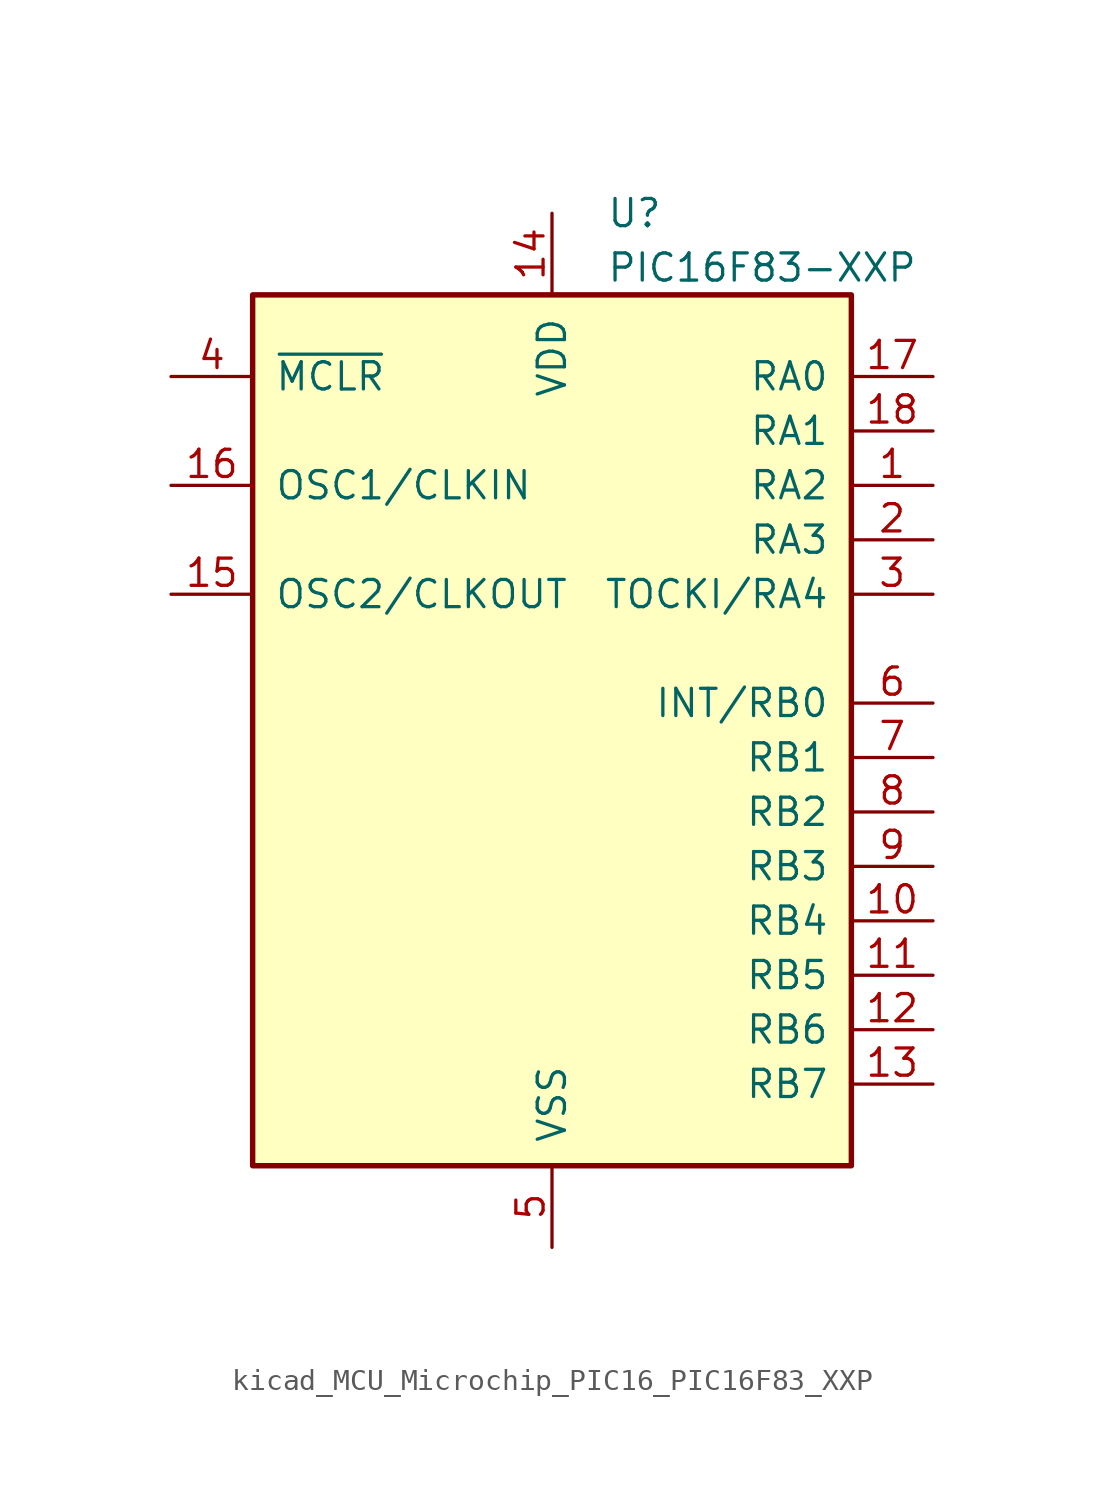
<source format=kicad_sym>
(kicad_symbol_lib
  (version 20220914)
  (generator kicad_symbol_editor)
  (symbol "kicad_MCU_Microchip_PIC16_PIC16F83_XXP"
    (pin_names
      (offset 1.016))
    (property "Reference" "U"
      (at 2.54 22.86 0)
      (effects (font (size 1.27 1.27)) (justify left)))
    (property "Value" "PIC16F83-XXP"
      (at 2.54 20.32 0)
      (effects (font (size 1.27 1.27)) (justify left)))
    (symbol "kicad_MCU_Microchip_PIC16_PIC16F83_XXP_0_1"
      (rectangle (start -13.97 19.05) (end 13.97 -21.59) (stroke (width 0.254) (type default)) (fill (type background))))
    (symbol "kicad_MCU_Microchip_PIC16_PIC16F83_XXP_1_1"
      (pin bidirectional line (at 17.78 10.16 180) (length 3.81) (name "RA2" (effects (font (size 1.27 1.27)))) (number "1" (effects (font (size 1.27 1.27)))))
      (pin bidirectional line (at 17.78 -10.16 180) (length 3.81) (name "RB4" (effects (font (size 1.27 1.27)))) (number "10" (effects (font (size 1.27 1.27)))))
      (pin bidirectional line (at 17.78 -12.7 180) (length 3.81) (name "RB5" (effects (font (size 1.27 1.27)))) (number "11" (effects (font (size 1.27 1.27)))))
      (pin bidirectional line (at 17.78 -15.24 180) (length 3.81) (name "RB6" (effects (font (size 1.27 1.27)))) (number "12" (effects (font (size 1.27 1.27)))))
      (pin bidirectional line (at 17.78 -17.78 180) (length 3.81) (name "RB7" (effects (font (size 1.27 1.27)))) (number "13" (effects (font (size 1.27 1.27)))))
      (pin power_in line (at 0 22.86 270) (length 3.81) (name "VDD" (effects (font (size 1.27 1.27)))) (number "14" (effects (font (size 1.27 1.27)))))
      (pin output line (at -17.78 5.08 0) (length 3.81) (name "OSC2/CLKOUT" (effects (font (size 1.27 1.27)))) (number "15" (effects (font (size 1.27 1.27)))))
      (pin input line (at -17.78 10.16 0) (length 3.81) (name "OSC1/CLKIN" (effects (font (size 1.27 1.27)))) (number "16" (effects (font (size 1.27 1.27)))))
      (pin bidirectional line (at 17.78 15.24 180) (length 3.81) (name "RA0" (effects (font (size 1.27 1.27)))) (number "17" (effects (font (size 1.27 1.27)))))
      (pin bidirectional line (at 17.78 12.7 180) (length 3.81) (name "RA1" (effects (font (size 1.27 1.27)))) (number "18" (effects (font (size 1.27 1.27)))))
      (pin bidirectional line (at 17.78 7.62 180) (length 3.81) (name "RA3" (effects (font (size 1.27 1.27)))) (number "2" (effects (font (size 1.27 1.27)))))
      (pin bidirectional line (at 17.78 5.08 180) (length 3.81) (name "TOCKI/RA4" (effects (font (size 1.27 1.27)))) (number "3" (effects (font (size 1.27 1.27)))))
      (pin input line (at -17.78 15.24 0) (length 3.81) (name "~{MCLR}" (effects (font (size 1.27 1.27)))) (number "4" (effects (font (size 1.27 1.27)))))
      (pin power_in line (at 0 -25.4 90) (length 3.81) (name "VSS" (effects (font (size 1.27 1.27)))) (number "5" (effects (font (size 1.27 1.27)))))
      (pin bidirectional line (at 17.78 0 180) (length 3.81) (name "INT/RB0" (effects (font (size 1.27 1.27)))) (number "6" (effects (font (size 1.27 1.27)))))
      (pin bidirectional line (at 17.78 -2.54 180) (length 3.81) (name "RB1" (effects (font (size 1.27 1.27)))) (number "7" (effects (font (size 1.27 1.27)))))
      (pin bidirectional line (at 17.78 -5.08 180) (length 3.81) (name "RB2" (effects (font (size 1.27 1.27)))) (number "8" (effects (font (size 1.27 1.27)))))
      (pin bidirectional line (at 17.78 -7.62 180) (length 3.81) (name "RB3" (effects (font (size 1.27 1.27)))) (number "9" (effects (font (size 1.27 1.27))))))))
</source>
